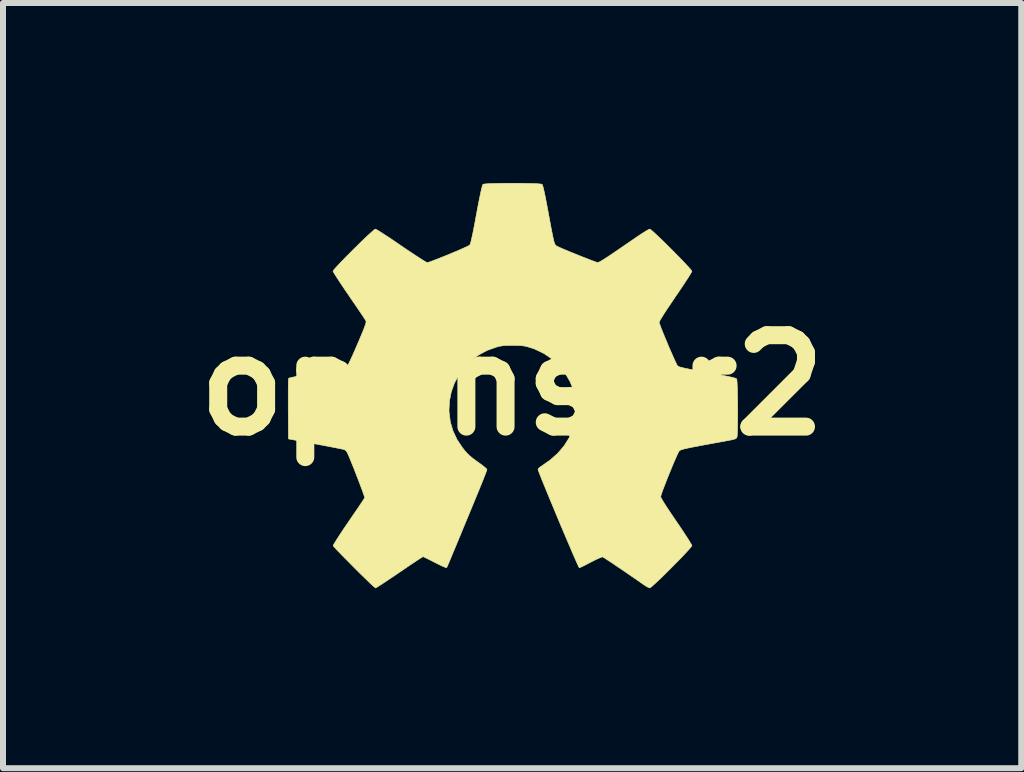
<source format=kicad_pcb>
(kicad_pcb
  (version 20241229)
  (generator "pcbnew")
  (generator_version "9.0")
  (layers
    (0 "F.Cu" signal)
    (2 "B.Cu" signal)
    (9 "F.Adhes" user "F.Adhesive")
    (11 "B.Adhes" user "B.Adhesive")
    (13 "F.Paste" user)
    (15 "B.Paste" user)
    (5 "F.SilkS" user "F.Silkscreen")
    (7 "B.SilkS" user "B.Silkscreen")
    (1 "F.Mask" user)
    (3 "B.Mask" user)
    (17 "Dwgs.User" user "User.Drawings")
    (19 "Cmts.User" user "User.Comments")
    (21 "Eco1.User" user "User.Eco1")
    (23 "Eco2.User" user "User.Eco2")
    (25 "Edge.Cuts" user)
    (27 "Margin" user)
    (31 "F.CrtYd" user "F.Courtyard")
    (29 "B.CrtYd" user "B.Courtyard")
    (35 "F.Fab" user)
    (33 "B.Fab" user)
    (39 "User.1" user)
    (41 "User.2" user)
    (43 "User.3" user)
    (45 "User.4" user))
  (footprint "openscr2"
    (layer "F.Cu")
    (at 5.486 3.372)
    (property "Reference" "openscr2" (at 0 0 0) (layer "F.SilkS") (effects (font (size 1.524 1.524) (thickness 0.3))))
    (attr through_hole)
    (fp_poly (pts (xy 0.077 -3.367) (xy 0.173 -3.366) (xy 0.262 -3.364) (xy 0.343 -3.362) (xy 0.41 -3.36) (xy 0.461 -3.356) (xy 0.491 -3.352) (xy 0.499 -3.35) (xy 0.506 -3.338) (xy 0.515 -3.31) (xy 0.526 -3.266) (xy 0.54 -3.204) (xy 0.557 -3.121) (xy 0.577 -3.017) (xy 0.601 -2.889) (xy 0.602 -2.883) (xy 0.626 -2.753) (xy 0.646 -2.645) (xy 0.663 -2.558) (xy 0.677 -2.489) (xy 0.688 -2.436) (xy 0.698 -2.396) (xy 0.707 -2.368) (xy 0.716 -2.348) (xy 0.724 -2.335) (xy 0.734 -2.326) (xy 0.745 -2.32) (xy 0.753 -2.316) (xy 0.785 -2.301) (xy 0.833 -2.279) (xy 0.895 -2.253) (xy 0.967 -2.223) (xy 1.044 -2.192) (xy 1.123 -2.16) (xy 1.201 -2.129) (xy 1.273 -2.101) (xy 1.335 -2.077) (xy 1.385 -2.059) (xy 1.418 -2.047) (xy 1.429 -2.045) (xy 1.447 -2.052) (xy 1.483 -2.071) (xy 1.532 -2.101) (xy 1.59 -2.138) (xy 1.656 -2.182) (xy 1.671 -2.192) (xy 1.754 -2.249) (xy 1.846 -2.312) (xy 1.939 -2.376) (xy 2.026 -2.435) (xy 2.079 -2.472) (xy 2.142 -2.514) (xy 2.198 -2.55) (xy 2.245 -2.579) (xy 2.279 -2.597) (xy 2.295 -2.603) (xy 2.31 -2.595) (xy 2.339 -2.57) (xy 2.382 -2.532) (xy 2.434 -2.482) (xy 2.495 -2.424) (xy 2.561 -2.36) (xy 2.629 -2.292) (xy 2.699 -2.222) (xy 2.766 -2.153) (xy 2.83 -2.088) (xy 2.886 -2.029) (xy 2.934 -1.978) (xy 2.97 -1.938) (xy 2.991 -1.911) (xy 2.997 -1.9) (xy 2.99 -1.885) (xy 2.97 -1.851) (xy 2.939 -1.801) (xy 2.898 -1.738) (xy 2.849 -1.663) (xy 2.793 -1.58) (xy 2.732 -1.491) (xy 2.724 -1.479) (xy 2.649 -1.367) (xy 2.584 -1.271) (xy 2.532 -1.191) (xy 2.492 -1.127) (xy 2.465 -1.081) (xy 2.452 -1.054) (xy 2.451 -1.049) (xy 2.456 -1.03) (xy 2.47 -0.991) (xy 2.491 -0.935) (xy 2.518 -0.868) (xy 2.549 -0.793) (xy 2.583 -0.712) (xy 2.617 -0.63) (xy 2.652 -0.551) (xy 2.684 -0.478) (xy 2.713 -0.414) (xy 2.736 -0.364) (xy 2.753 -0.331) (xy 2.761 -0.32) (xy 2.78 -0.31) (xy 2.82 -0.298) (xy 2.874 -0.285) (xy 2.937 -0.272) (xy 2.942 -0.271) (xy 3.003 -0.259) (xy 3.083 -0.245) (xy 3.175 -0.228) (xy 3.274 -0.21) (xy 3.373 -0.191) (xy 3.416 -0.183) (xy 3.523 -0.163) (xy 3.606 -0.146) (xy 3.668 -0.132) (xy 3.711 -0.121) (xy 3.736 -0.111) (xy 3.743 -0.105) (xy 3.747 -0.088) (xy 3.75 -0.048) (xy 3.753 0.009) (xy 3.756 0.082) (xy 3.757 0.166) (xy 3.759 0.258) (xy 3.76 0.354) (xy 3.76 0.452) (xy 3.76 0.547) (xy 3.759 0.636) (xy 3.757 0.715) (xy 3.755 0.781) (xy 3.753 0.831) (xy 3.749 0.861) (xy 3.748 0.866) (xy 3.741 0.878) (xy 3.73 0.888) (xy 3.709 0.897) (xy 3.674 0.906) (xy 3.623 0.917) (xy 3.551 0.93) (xy 3.548 0.931) (xy 3.394 0.959) (xy 3.263 0.983) (xy 3.153 1.003) (xy 3.062 1.021) (xy 2.988 1.035) (xy 2.93 1.047) (xy 2.885 1.057) (xy 2.851 1.066) (xy 2.826 1.073) (xy 2.809 1.08) (xy 2.797 1.086) (xy 2.789 1.093) (xy 2.786 1.095) (xy 2.774 1.114) (xy 2.755 1.153) (xy 2.73 1.209) (xy 2.7 1.277) (xy 2.668 1.354) (xy 2.634 1.437) (xy 2.599 1.522) (xy 2.567 1.604) (xy 2.537 1.681) (xy 2.511 1.749) (xy 2.492 1.804) (xy 2.48 1.842) (xy 2.477 1.859) (xy 2.484 1.878) (xy 2.505 1.915) (xy 2.539 1.971) (xy 2.585 2.042) (xy 2.642 2.128) (xy 2.709 2.227) (xy 2.737 2.268) (xy 2.797 2.356) (xy 2.852 2.438) (xy 2.9 2.512) (xy 2.941 2.575) (xy 2.971 2.625) (xy 2.991 2.658) (xy 2.997 2.673) (xy 2.988 2.688) (xy 2.964 2.718) (xy 2.925 2.761) (xy 2.876 2.814) (xy 2.818 2.875) (xy 2.754 2.941) (xy 2.686 3.01) (xy 2.616 3.08) (xy 2.548 3.148) (xy 2.483 3.211) (xy 2.423 3.268) (xy 2.372 3.315) (xy 2.332 3.351) (xy 2.305 3.373) (xy 2.295 3.378) (xy 2.274 3.371) (xy 2.239 3.353) (xy 2.198 3.326) (xy 2.193 3.323) (xy 2.128 3.277) (xy 2.055 3.226) (xy 1.977 3.173) (xy 1.897 3.118) (xy 1.817 3.063) (xy 1.74 3.012) (xy 1.67 2.964) (xy 1.609 2.924) (xy 1.56 2.892) (xy 1.526 2.87) (xy 1.51 2.861) (xy 1.509 2.861) (xy 1.491 2.865) (xy 1.455 2.879) (xy 1.406 2.901) (xy 1.347 2.93) (xy 1.312 2.948) (xy 1.251 2.98) (xy 1.197 3.008) (xy 1.154 3.028) (xy 1.127 3.04) (xy 1.12 3.042) (xy 1.113 3.03) (xy 1.098 2.998) (xy 1.074 2.946) (xy 1.044 2.878) (xy 1.008 2.796) (xy 0.968 2.701) (xy 0.923 2.597) (xy 0.876 2.486) (xy 0.826 2.369) (xy 0.776 2.249) (xy 0.726 2.129) (xy 0.677 2.011) (xy 0.629 1.896) (xy 0.585 1.789) (xy 0.544 1.689) (xy 0.508 1.601) (xy 0.478 1.526) (xy 0.455 1.466) (xy 0.439 1.424) (xy 0.432 1.403) (xy 0.432 1.401) (xy 0.442 1.385) (xy 0.467 1.363) (xy 0.486 1.351) (xy 0.636 1.245) (xy 0.763 1.132) (xy 0.867 1.01) (xy 0.95 0.878) (xy 1.011 0.734) (xy 1.043 0.625) (xy 1.059 0.532) (xy 1.065 0.426) (xy 1.064 0.315) (xy 1.053 0.21) (xy 1.035 0.117) (xy 1.029 0.095) (xy 0.966 -0.062) (xy 0.883 -0.204) (xy 0.782 -0.331) (xy 0.663 -0.44) (xy 0.529 -0.531) (xy 0.38 -0.602) (xy 0.298 -0.63) (xy 0.246 -0.645) (xy 0.2 -0.655) (xy 0.152 -0.661) (xy 0.095 -0.664) (xy 0.022 -0.665) (xy 0.013 -0.665) (xy -0.066 -0.665) (xy -0.126 -0.662) (xy -0.176 -0.656) (xy -0.224 -0.647) (xy -0.263 -0.636) (xy -0.417 -0.581) (xy -0.558 -0.505) (xy -0.684 -0.411) (xy -0.794 -0.3) (xy -0.886 -0.176) (xy -0.96 -0.04) (xy -1.013 0.106) (xy -1.044 0.26) (xy -1.052 0.42) (xy -1.05 0.45) (xy -1.03 0.61) (xy -0.986 0.76) (xy -0.919 0.903) (xy -0.83 1.037) (xy -0.787 1.092) (xy -0.747 1.137) (xy -0.704 1.178) (xy -0.653 1.22) (xy -0.589 1.267) (xy -0.543 1.3) (xy -0.494 1.335) (xy -0.455 1.367) (xy -0.428 1.391) (xy -0.419 1.405) (xy -0.424 1.42) (xy -0.437 1.457) (xy -0.458 1.511) (xy -0.485 1.58) (xy -0.518 1.661) (xy -0.554 1.751) (xy -0.583 1.82) (xy -0.664 2.017) (xy -0.736 2.191) (xy -0.8 2.345) (xy -0.855 2.479) (xy -0.903 2.595) (xy -0.944 2.694) (xy -0.979 2.777) (xy -1.008 2.847) (xy -1.031 2.903) (xy -1.05 2.947) (xy -1.064 2.981) (xy -1.075 3.006) (xy -1.083 3.023) (xy -1.088 3.033) (xy -1.092 3.039) (xy -1.092 3.04) (xy -1.106 3.038) (xy -1.139 3.025) (xy -1.186 3.004) (xy -1.243 2.976) (xy -1.286 2.954) (xy -1.349 2.922) (xy -1.404 2.894) (xy -1.448 2.873) (xy -1.476 2.86) (xy -1.484 2.857) (xy -1.498 2.864) (xy -1.53 2.884) (xy -1.578 2.915) (xy -1.639 2.956) (xy -1.712 3.004) (xy -1.793 3.06) (xy -1.879 3.118) (xy -1.967 3.178) (xy -2.048 3.232) (xy -2.121 3.281) (xy -2.182 3.321) (xy -2.23 3.352) (xy -2.262 3.372) (xy -2.276 3.378) (xy -2.288 3.369) (xy -2.317 3.345) (xy -2.359 3.306) (xy -2.412 3.255) (xy -2.476 3.193) (xy -2.547 3.124) (xy -2.623 3.048) (xy -2.635 3.036) (xy -2.712 2.958) (xy -2.783 2.886) (xy -2.847 2.821) (xy -2.9 2.766) (xy -2.942 2.721) (xy -2.97 2.69) (xy -2.982 2.675) (xy -2.982 2.674) (xy -2.976 2.659) (xy -2.957 2.626) (xy -2.927 2.578) (xy -2.887 2.515) (xy -2.839 2.442) (xy -2.784 2.36) (xy -2.725 2.274) (xy -2.665 2.186) (xy -2.609 2.104) (xy -2.559 2.031) (xy -2.518 1.97) (xy -2.486 1.921) (xy -2.465 1.889) (xy -2.456 1.875) (xy -2.46 1.86) (xy -2.471 1.826) (xy -2.489 1.774) (xy -2.513 1.71) (xy -2.541 1.635) (xy -2.572 1.555) (xy -2.604 1.472) (xy -2.636 1.389) (xy -2.668 1.311) (xy -2.696 1.241) (xy -2.721 1.181) (xy -2.741 1.137) (xy -2.751 1.115) (xy -2.773 1.087) (xy -2.797 1.072) (xy -2.816 1.067) (xy -2.857 1.059) (xy -2.916 1.047) (xy -2.992 1.032) (xy -3.08 1.015) (xy -3.179 0.996) (xy -3.277 0.978) (xy -3.727 0.894) (xy -3.731 0.394) (xy -3.731 0.283) (xy -3.731 0.181) (xy -3.731 0.089) (xy -3.73 0.011) (xy -3.729 -0.051) (xy -3.727 -0.093) (xy -3.725 -0.114) (xy -3.724 -0.116) (xy -3.708 -0.122) (xy -3.673 -0.131) (xy -3.626 -0.141) (xy -3.6 -0.146) (xy -3.414 -0.179) (xy -3.252 -0.209) (xy -3.113 -0.235) (xy -2.998 -0.258) (xy -2.905 -0.278) (xy -2.834 -0.295) (xy -2.783 -0.308) (xy -2.753 -0.319) (xy -2.744 -0.325) (xy -2.733 -0.343) (xy -2.714 -0.38) (xy -2.688 -0.435) (xy -2.656 -0.504) (xy -2.621 -0.584) (xy -2.583 -0.672) (xy -2.572 -0.697) (xy -2.528 -0.8) (xy -2.494 -0.882) (xy -2.468 -0.946) (xy -2.451 -0.994) (xy -2.439 -1.029) (xy -2.434 -1.052) (xy -2.434 -1.067) (xy -2.436 -1.073) (xy -2.446 -1.089) (xy -2.468 -1.124) (xy -2.502 -1.175) (xy -2.545 -1.239) (xy -2.596 -1.314) (xy -2.653 -1.397) (xy -2.714 -1.486) (xy -2.716 -1.49) (xy -2.777 -1.579) (xy -2.833 -1.662) (xy -2.883 -1.737) (xy -2.924 -1.801) (xy -2.956 -1.851) (xy -2.977 -1.886) (xy -2.984 -1.902) (xy -2.985 -1.902) (xy -2.976 -1.917) (xy -2.951 -1.947) (xy -2.912 -1.989) (xy -2.863 -2.042) (xy -2.805 -2.102) (xy -2.74 -2.168) (xy -2.672 -2.237) (xy -2.602 -2.306) (xy -2.533 -2.374) (xy -2.468 -2.437) (xy -2.409 -2.493) (xy -2.357 -2.54) (xy -2.317 -2.576) (xy -2.29 -2.598) (xy -2.279 -2.603) (xy -2.263 -2.596) (xy -2.229 -2.577) (xy -2.179 -2.545) (xy -2.115 -2.504) (xy -2.04 -2.455) (xy -1.956 -2.398) (xy -1.867 -2.337) (xy -1.848 -2.324) (xy -1.757 -2.262) (xy -1.671 -2.205) (xy -1.594 -2.154) (xy -1.527 -2.111) (xy -1.474 -2.077) (xy -1.436 -2.055) (xy -1.415 -2.045) (xy -1.414 -2.045) (xy -1.394 -2.05) (xy -1.354 -2.063) (xy -1.299 -2.084) (xy -1.231 -2.11) (xy -1.156 -2.14) (xy -1.076 -2.172) (xy -0.995 -2.206) (xy -0.918 -2.238) (xy -0.847 -2.269) (xy -0.787 -2.296) (xy -0.741 -2.317) (xy -0.713 -2.332) (xy -0.708 -2.336) (xy -0.7 -2.348) (xy -0.691 -2.373) (xy -0.681 -2.414) (xy -0.668 -2.47) (xy -0.652 -2.546) (xy -0.633 -2.641) (xy -0.611 -2.758) (xy -0.595 -2.846) (xy -0.569 -2.985) (xy -0.546 -3.101) (xy -0.527 -3.193) (xy -0.512 -3.263) (xy -0.499 -3.312) (xy -0.49 -3.341) (xy -0.485 -3.35) (xy -0.467 -3.354) (xy -0.427 -3.358) (xy -0.369 -3.361) (xy -0.295 -3.363) (xy -0.211 -3.365) (xy -0.118 -3.366) (xy -0.021 -3.367) (xy 0.077 -3.367)) (stroke (width 0.01) (type solid)) (fill yes) (layer "F.SilkS")))
  (gr_rect
    (start -3 -3)
    (end 13.973 9.755)
    (stroke (width 0.1) (type default))
    (fill no)
    (layer "Edge.Cuts")))
</source>
